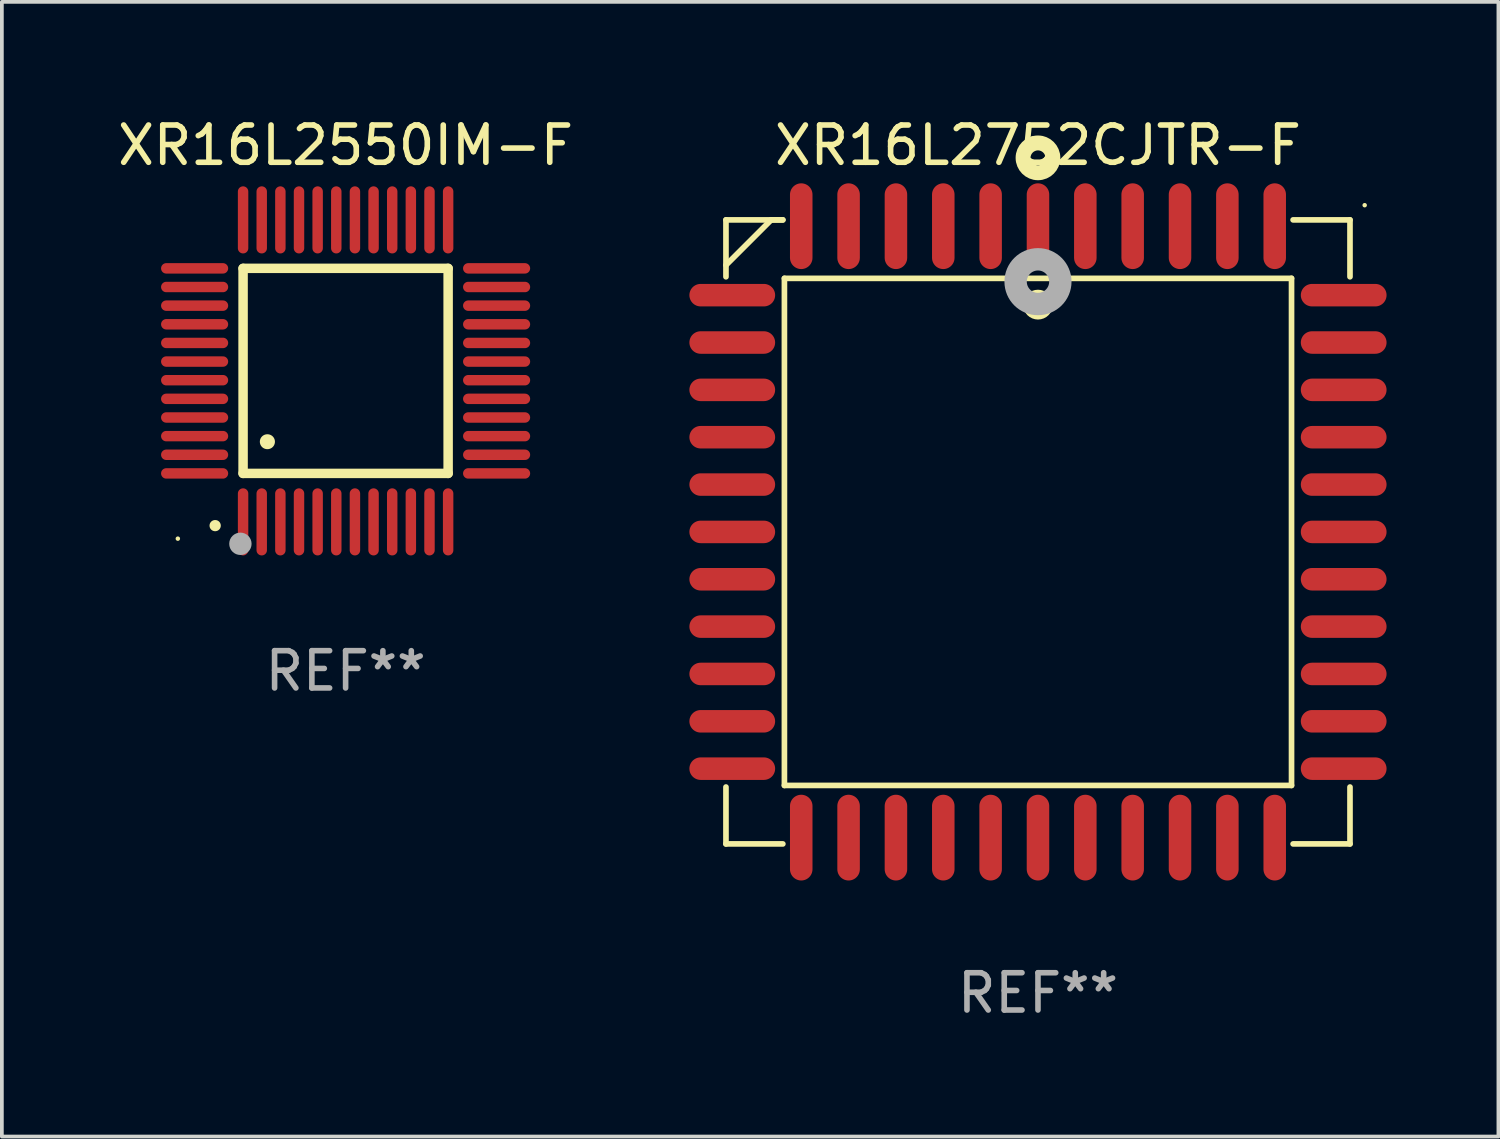
<source format=kicad_pcb>
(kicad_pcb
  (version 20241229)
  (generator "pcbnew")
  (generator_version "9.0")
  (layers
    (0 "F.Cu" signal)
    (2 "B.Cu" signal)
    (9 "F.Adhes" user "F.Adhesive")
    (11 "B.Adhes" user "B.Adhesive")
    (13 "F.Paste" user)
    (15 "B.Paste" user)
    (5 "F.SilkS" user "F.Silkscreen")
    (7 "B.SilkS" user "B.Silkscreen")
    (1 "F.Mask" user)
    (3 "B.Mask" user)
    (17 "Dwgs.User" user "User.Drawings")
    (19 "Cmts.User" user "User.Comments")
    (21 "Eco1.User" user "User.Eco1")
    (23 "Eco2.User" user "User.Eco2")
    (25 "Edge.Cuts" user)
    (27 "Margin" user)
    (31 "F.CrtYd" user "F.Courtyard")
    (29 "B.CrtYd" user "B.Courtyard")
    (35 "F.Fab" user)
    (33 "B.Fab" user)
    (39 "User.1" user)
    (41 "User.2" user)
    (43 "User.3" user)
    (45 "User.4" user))
  (footprint "XR16L2550IM-F"
    (layer "F.Cu")
    (at 6.22 6.898)
    (property "Reference" "XR16L2550IM-F" (at 0 -6.05 0) (layer "F.SilkS") (effects (font (size 1 1) (thickness 0.15))))
    (attr through_hole)
    (fp_line (start -2.75 -2.75) (end 2.75 -2.75) (stroke (width 0.254) (type solid)) (layer "F.SilkS"))
    (fp_line (start -2.75 2.75) (end -2.75 -2.75) (stroke (width 0.254) (type solid)) (layer "F.SilkS"))
    (fp_line (start 2.75 -2.75) (end 2.75 2.75) (stroke (width 0.254) (type solid)) (layer "F.SilkS"))
    (fp_line (start 2.75 2.75) (end -2.75 2.75) (stroke (width 0.254) (type solid)) (layer "F.SilkS"))
    (fp_arc (start -3.500127 4.150368) (mid -3.498857 4.150363) (end -3.497587 4.150368) (stroke (width 0.3) (type solid)) (layer "F.SilkS"))
    (fp_arc (start -2.100584 1.899924) (mid -2.098044 1.899908) (end -2.095504 1.899924) (stroke (width 0.4) (type solid)) (layer "F.SilkS"))
    (fp_circle (center -4.5 4.5) (end -4.47 4.5) (stroke (width 0.06) (type solid)) (fill no) (layer "F.SilkS"))
    (fp_circle (center -2.822 4.638) (end -2.672 4.638) (stroke (width 0.3) (type solid)) (fill no) (layer "F.Fab"))
    (fp_text user "REF**" (at 0 8.05 0) (layer "F.Fab") (effects (font (size 1 1) (thickness 0.15))))
    (pad "1" smd oval (at -2.75 4.05) (size 0.28 1.8) (layers "F.Cu" "F.Mask" "F.Paste"))
    (pad "2" smd oval (at -2.25 4.05) (size 0.28 1.8) (layers "F.Cu" "F.Mask" "F.Paste"))
    (pad "3" smd oval (at -1.75 4.05) (size 0.28 1.8) (layers "F.Cu" "F.Mask" "F.Paste"))
    (pad "4" smd oval (at -1.25 4.05) (size 0.28 1.8) (layers "F.Cu" "F.Mask" "F.Paste"))
    (pad "5" smd oval (at -0.75 4.05) (size 0.28 1.8) (layers "F.Cu" "F.Mask" "F.Paste"))
    (pad "6" smd oval (at -0.25 4.05) (size 0.28 1.8) (layers "F.Cu" "F.Mask" "F.Paste"))
    (pad "7" smd oval (at 0.25 4.05) (size 0.28 1.8) (layers "F.Cu" "F.Mask" "F.Paste"))
    (pad "8" smd oval (at 0.75 4.05) (size 0.28 1.8) (layers "F.Cu" "F.Mask" "F.Paste"))
    (pad "9" smd oval (at 1.25 4.05) (size 0.28 1.8) (layers "F.Cu" "F.Mask" "F.Paste"))
    (pad "10" smd oval (at 1.75 4.05) (size 0.28 1.8) (layers "F.Cu" "F.Mask" "F.Paste"))
    (pad "11" smd oval (at 2.25 4.05) (size 0.28 1.8) (layers "F.Cu" "F.Mask" "F.Paste"))
    (pad "12" smd oval (at 2.75 4.05) (size 0.28 1.8) (layers "F.Cu" "F.Mask" "F.Paste"))
    (pad "13" smd oval (at 4.05 2.75) (size 1.8 0.28) (layers "F.Cu" "F.Mask" "F.Paste"))
    (pad "14" smd oval (at 4.05 2.25) (size 1.8 0.28) (layers "F.Cu" "F.Mask" "F.Paste"))
    (pad "15" smd oval (at 4.05 1.75) (size 1.8 0.28) (layers "F.Cu" "F.Mask" "F.Paste"))
    (pad "16" smd oval (at 4.05 1.25) (size 1.8 0.28) (layers "F.Cu" "F.Mask" "F.Paste"))
    (pad "17" smd oval (at 4.05 0.75) (size 1.8 0.28) (layers "F.Cu" "F.Mask" "F.Paste"))
    (pad "18" smd oval (at 4.05 0.25) (size 1.8 0.28) (layers "F.Cu" "F.Mask" "F.Paste"))
    (pad "19" smd oval (at 4.05 -0.25) (size 1.8 0.28) (layers "F.Cu" "F.Mask" "F.Paste"))
    (pad "20" smd oval (at 4.05 -0.75) (size 1.8 0.28) (layers "F.Cu" "F.Mask" "F.Paste"))
    (pad "21" smd oval (at 4.05 -1.25) (size 1.8 0.28) (layers "F.Cu" "F.Mask" "F.Paste"))
    (pad "22" smd oval (at 4.05 -1.75) (size 1.8 0.28) (layers "F.Cu" "F.Mask" "F.Paste"))
    (pad "23" smd oval (at 4.05 -2.25) (size 1.8 0.28) (layers "F.Cu" "F.Mask" "F.Paste"))
    (pad "24" smd oval (at 4.05 -2.75) (size 1.8 0.28) (layers "F.Cu" "F.Mask" "F.Paste"))
    (pad "25" smd oval (at 2.75 -4.05) (size 0.28 1.8) (layers "F.Cu" "F.Mask" "F.Paste"))
    (pad "26" smd oval (at 2.25 -4.05) (size 0.28 1.8) (layers "F.Cu" "F.Mask" "F.Paste"))
    (pad "27" smd oval (at 1.75 -4.05) (size 0.28 1.8) (layers "F.Cu" "F.Mask" "F.Paste"))
    (pad "28" smd oval (at 1.25 -4.05) (size 0.28 1.8) (layers "F.Cu" "F.Mask" "F.Paste"))
    (pad "29" smd oval (at 0.75 -4.05) (size 0.28 1.8) (layers "F.Cu" "F.Mask" "F.Paste"))
    (pad "30" smd oval (at 0.25 -4.05) (size 0.28 1.8) (layers "F.Cu" "F.Mask" "F.Paste"))
    (pad "31" smd oval (at -0.25 -4.05) (size 0.28 1.8) (layers "F.Cu" "F.Mask" "F.Paste"))
    (pad "32" smd oval (at -0.75 -4.05) (size 0.28 1.8) (layers "F.Cu" "F.Mask" "F.Paste"))
    (pad "33" smd oval (at -1.25 -4.05) (size 0.28 1.8) (layers "F.Cu" "F.Mask" "F.Paste"))
    (pad "34" smd oval (at -1.75 -4.05) (size 0.28 1.8) (layers "F.Cu" "F.Mask" "F.Paste"))
    (pad "35" smd oval (at -2.25 -4.05) (size 0.28 1.8) (layers "F.Cu" "F.Mask" "F.Paste"))
    (pad "36" smd oval (at -2.75 -4.05) (size 0.28 1.8) (layers "F.Cu" "F.Mask" "F.Paste"))
    (pad "37" smd oval (at -4.05 -2.75) (size 1.8 0.28) (layers "F.Cu" "F.Mask" "F.Paste"))
    (pad "38" smd oval (at -4.05 -2.25) (size 1.8 0.28) (layers "F.Cu" "F.Mask" "F.Paste"))
    (pad "39" smd oval (at -4.05 -1.75) (size 1.8 0.28) (layers "F.Cu" "F.Mask" "F.Paste"))
    (pad "40" smd oval (at -4.05 -1.25) (size 1.8 0.28) (layers "F.Cu" "F.Mask" "F.Paste"))
    (pad "41" smd oval (at -4.05 -0.75) (size 1.8 0.28) (layers "F.Cu" "F.Mask" "F.Paste"))
    (pad "42" smd oval (at -4.05 -0.25) (size 1.8 0.28) (layers "F.Cu" "F.Mask" "F.Paste"))
    (pad "43" smd oval (at -4.05 0.25) (size 1.8 0.28) (layers "F.Cu" "F.Mask" "F.Paste"))
    (pad "44" smd oval (at -4.05 0.75) (size 1.8 0.28) (layers "F.Cu" "F.Mask" "F.Paste"))
    (pad "45" smd oval (at -4.05 1.25) (size 1.8 0.28) (layers "F.Cu" "F.Mask" "F.Paste"))
    (pad "46" smd oval (at -4.05 1.75) (size 1.8 0.28) (layers "F.Cu" "F.Mask" "F.Paste"))
    (pad "47" smd oval (at -4.05 2.25) (size 1.8 0.28) (layers "F.Cu" "F.Mask" "F.Paste"))
    (pad "48" smd oval (at -4.05 2.75) (size 1.8 0.28) (layers "F.Cu" "F.Mask" "F.Paste")))
  (footprint "XR16L2752CJTR-F"
    (layer "F.Cu")
    (at 24.791 11.217)
    (property "Reference" "XR16L2752CJTR-F" (at 0 -10.369 0) (layer "F.SilkS") (effects (font (size 1 1) (thickness 0.15))))
    (attr through_hole)
    (fp_line (start -8.369 -8.369) (end -8.369 -6.843) (stroke (width 0.152) (type solid)) (layer "F.SilkS"))
    (fp_line (start -8.369 8.369) (end -8.369 6.843) (stroke (width 0.152) (type solid)) (layer "F.SilkS"))
    (fp_line (start -7.156 -8.369) (end -8.369 -7.156) (stroke (width 0.152) (type solid)) (layer "F.SilkS"))
    (fp_line (start -6.843 -8.369) (end -8.369 -8.369) (stroke (width 0.152) (type solid)) (layer "F.SilkS"))
    (fp_line (start -6.843 -8.369) (end -7.156 -8.369) (stroke (width 0.152) (type solid)) (layer "F.SilkS"))
    (fp_line (start -6.843 8.369) (end -8.369 8.369) (stroke (width 0.152) (type solid)) (layer "F.SilkS"))
    (fp_line (start -6.801 -6.801) (end 6.801 -6.801) (stroke (width 0.152) (type solid)) (layer "F.SilkS"))
    (fp_line (start -6.801 6.801) (end -6.801 -6.801) (stroke (width 0.152) (type solid)) (layer "F.SilkS"))
    (fp_line (start 6.801 -6.801) (end 6.801 6.801) (stroke (width 0.152) (type solid)) (layer "F.SilkS"))
    (fp_line (start 6.801 6.801) (end -6.801 6.801) (stroke (width 0.152) (type solid)) (layer "F.SilkS"))
    (fp_line (start 6.843 -8.369) (end 8.369 -8.369) (stroke (width 0.152) (type solid)) (layer "F.SilkS"))
    (fp_line (start 6.843 8.369) (end 8.369 8.369) (stroke (width 0.152) (type solid)) (layer "F.SilkS"))
    (fp_line (start 8.369 -8.369) (end 8.369 -6.843) (stroke (width 0.152) (type solid)) (layer "F.SilkS"))
    (fp_line (start 8.369 8.369) (end 8.369 6.843) (stroke (width 0.152) (type solid)) (layer "F.SilkS"))
    (fp_circle (center -0.000013 -6.096) (end 0.2 -6.096) (stroke (width 0.4) (type solid)) (fill no) (layer "F.SilkS"))
    (fp_circle (center 0.000114 -10.033) (end 0.2 -10.033) (stroke (width 0.4) (type solid)) (fill no) (layer "F.SilkS"))
    (fp_circle (center 8.763 -8.763) (end 8.793 -8.763) (stroke (width 0.06) (type solid)) (fill no) (layer "F.SilkS"))
    (fp_circle (center 0.000114 -6.712) (end 0.3 -6.712) (stroke (width 0.6) (type solid)) (fill no) (layer "F.Fab"))
    (fp_text user "REF**" (at 0 12.369 0) (layer "F.Fab") (effects (font (size 1 1) (thickness 0.15))))
    (pad "1" smd oval (at 0.000114 -8.2) (size 0.604 2.3) (layers "F.Cu" "F.Mask" "F.Paste"))
    (pad "2" smd oval (at -1.27 -8.2) (size 0.604 2.3) (layers "F.Cu" "F.Mask" "F.Paste"))
    (pad "3" smd oval (at -2.54 -8.2) (size 0.604 2.3) (layers "F.Cu" "F.Mask" "F.Paste"))
    (pad "4" smd oval (at -3.81 -8.2) (size 0.604 2.3) (layers "F.Cu" "F.Mask" "F.Paste"))
    (pad "5" smd oval (at -5.08 -8.2) (size 0.604 2.3) (layers "F.Cu" "F.Mask" "F.Paste"))
    (pad "6" smd oval (at -6.35 -8.2) (size 0.604 2.3) (layers "F.Cu" "F.Mask" "F.Paste"))
    (pad "7" smd oval (at -8.2 -6.35) (size 2.3 0.604) (layers "F.Cu" "F.Mask" "F.Paste"))
    (pad "8" smd oval (at -8.2 -5.08) (size 2.3 0.604) (layers "F.Cu" "F.Mask" "F.Paste"))
    (pad "9" smd oval (at -8.2 -3.81) (size 2.3 0.604) (layers "F.Cu" "F.Mask" "F.Paste"))
    (pad "10" smd oval (at -8.2 -2.54) (size 2.3 0.604) (layers "F.Cu" "F.Mask" "F.Paste"))
    (pad "11" smd oval (at -8.2 -1.27) (size 2.3 0.604) (layers "F.Cu" "F.Mask" "F.Paste"))
    (pad "12" smd oval (at -8.2 0.000127) (size 2.3 0.604) (layers "F.Cu" "F.Mask" "F.Paste"))
    (pad "13" smd oval (at -8.2 1.27) (size 2.3 0.604) (layers "F.Cu" "F.Mask" "F.Paste"))
    (pad "14" smd oval (at -8.2 2.54) (size 2.3 0.604) (layers "F.Cu" "F.Mask" "F.Paste"))
    (pad "15" smd oval (at -8.2 3.81) (size 2.3 0.604) (layers "F.Cu" "F.Mask" "F.Paste"))
    (pad "16" smd oval (at -8.2 5.08) (size 2.3 0.604) (layers "F.Cu" "F.Mask" "F.Paste"))
    (pad "17" smd oval (at -8.2 6.35) (size 2.3 0.604) (layers "F.Cu" "F.Mask" "F.Paste"))
    (pad "18" smd oval (at -6.35 8.2) (size 0.604 2.3) (layers "F.Cu" "F.Mask" "F.Paste"))
    (pad "19" smd oval (at -5.08 8.2) (size 0.604 2.3) (layers "F.Cu" "F.Mask" "F.Paste"))
    (pad "20" smd oval (at -3.81 8.2) (size 0.604 2.3) (layers "F.Cu" "F.Mask" "F.Paste"))
    (pad "21" smd oval (at -2.54 8.2) (size 0.604 2.3) (layers "F.Cu" "F.Mask" "F.Paste"))
    (pad "22" smd oval (at -1.27 8.2) (size 0.604 2.3) (layers "F.Cu" "F.Mask" "F.Paste"))
    (pad "23" smd oval (at 0.000114 8.2) (size 0.604 2.3) (layers "F.Cu" "F.Mask" "F.Paste"))
    (pad "24" smd oval (at 1.27 8.2) (size 0.604 2.3) (layers "F.Cu" "F.Mask" "F.Paste"))
    (pad "25" smd oval (at 2.54 8.2) (size 0.604 2.3) (layers "F.Cu" "F.Mask" "F.Paste"))
    (pad "26" smd oval (at 3.81 8.2) (size 0.604 2.3) (layers "F.Cu" "F.Mask" "F.Paste"))
    (pad "27" smd oval (at 5.08 8.2) (size 0.604 2.3) (layers "F.Cu" "F.Mask" "F.Paste"))
    (pad "28" smd oval (at 6.35 8.2) (size 0.604 2.3) (layers "F.Cu" "F.Mask" "F.Paste"))
    (pad "29" smd oval (at 8.2 6.35) (size 2.3 0.604) (layers "F.Cu" "F.Mask" "F.Paste"))
    (pad "30" smd oval (at 8.2 5.08) (size 2.3 0.604) (layers "F.Cu" "F.Mask" "F.Paste"))
    (pad "31" smd oval (at 8.2 3.81) (size 2.3 0.604) (layers "F.Cu" "F.Mask" "F.Paste"))
    (pad "32" smd oval (at 8.2 2.54) (size 2.3 0.604) (layers "F.Cu" "F.Mask" "F.Paste"))
    (pad "33" smd oval (at 8.2 1.27) (size 2.3 0.604) (layers "F.Cu" "F.Mask" "F.Paste"))
    (pad "34" smd oval (at 8.2 0.000127) (size 2.3 0.604) (layers "F.Cu" "F.Mask" "F.Paste"))
    (pad "35" smd oval (at 8.2 -1.27) (size 2.3 0.604) (layers "F.Cu" "F.Mask" "F.Paste"))
    (pad "36" smd oval (at 8.2 -2.54) (size 2.3 0.604) (layers "F.Cu" "F.Mask" "F.Paste"))
    (pad "37" smd oval (at 8.2 -3.81) (size 2.3 0.604) (layers "F.Cu" "F.Mask" "F.Paste"))
    (pad "38" smd oval (at 8.2 -5.08) (size 2.3 0.604) (layers "F.Cu" "F.Mask" "F.Paste"))
    (pad "39" smd oval (at 8.2 -6.35) (size 2.3 0.604) (layers "F.Cu" "F.Mask" "F.Paste"))
    (pad "40" smd oval (at 6.35 -8.2) (size 0.604 2.3) (layers "F.Cu" "F.Mask" "F.Paste"))
    (pad "41" smd oval (at 5.08 -8.2) (size 0.604 2.3) (layers "F.Cu" "F.Mask" "F.Paste"))
    (pad "42" smd oval (at 3.81 -8.2) (size 0.604 2.3) (layers "F.Cu" "F.Mask" "F.Paste"))
    (pad "43" smd oval (at 2.54 -8.2) (size 0.604 2.3) (layers "F.Cu" "F.Mask" "F.Paste"))
    (pad "44" smd oval (at 1.27 -8.2) (size 0.604 2.3) (layers "F.Cu" "F.Mask" "F.Paste")))
  (gr_rect
    (start -3 -3)
    (end 37.141 27.435)
    (stroke (width 0.1) (type default))
    (fill no)
    (layer "Edge.Cuts")))
</source>
